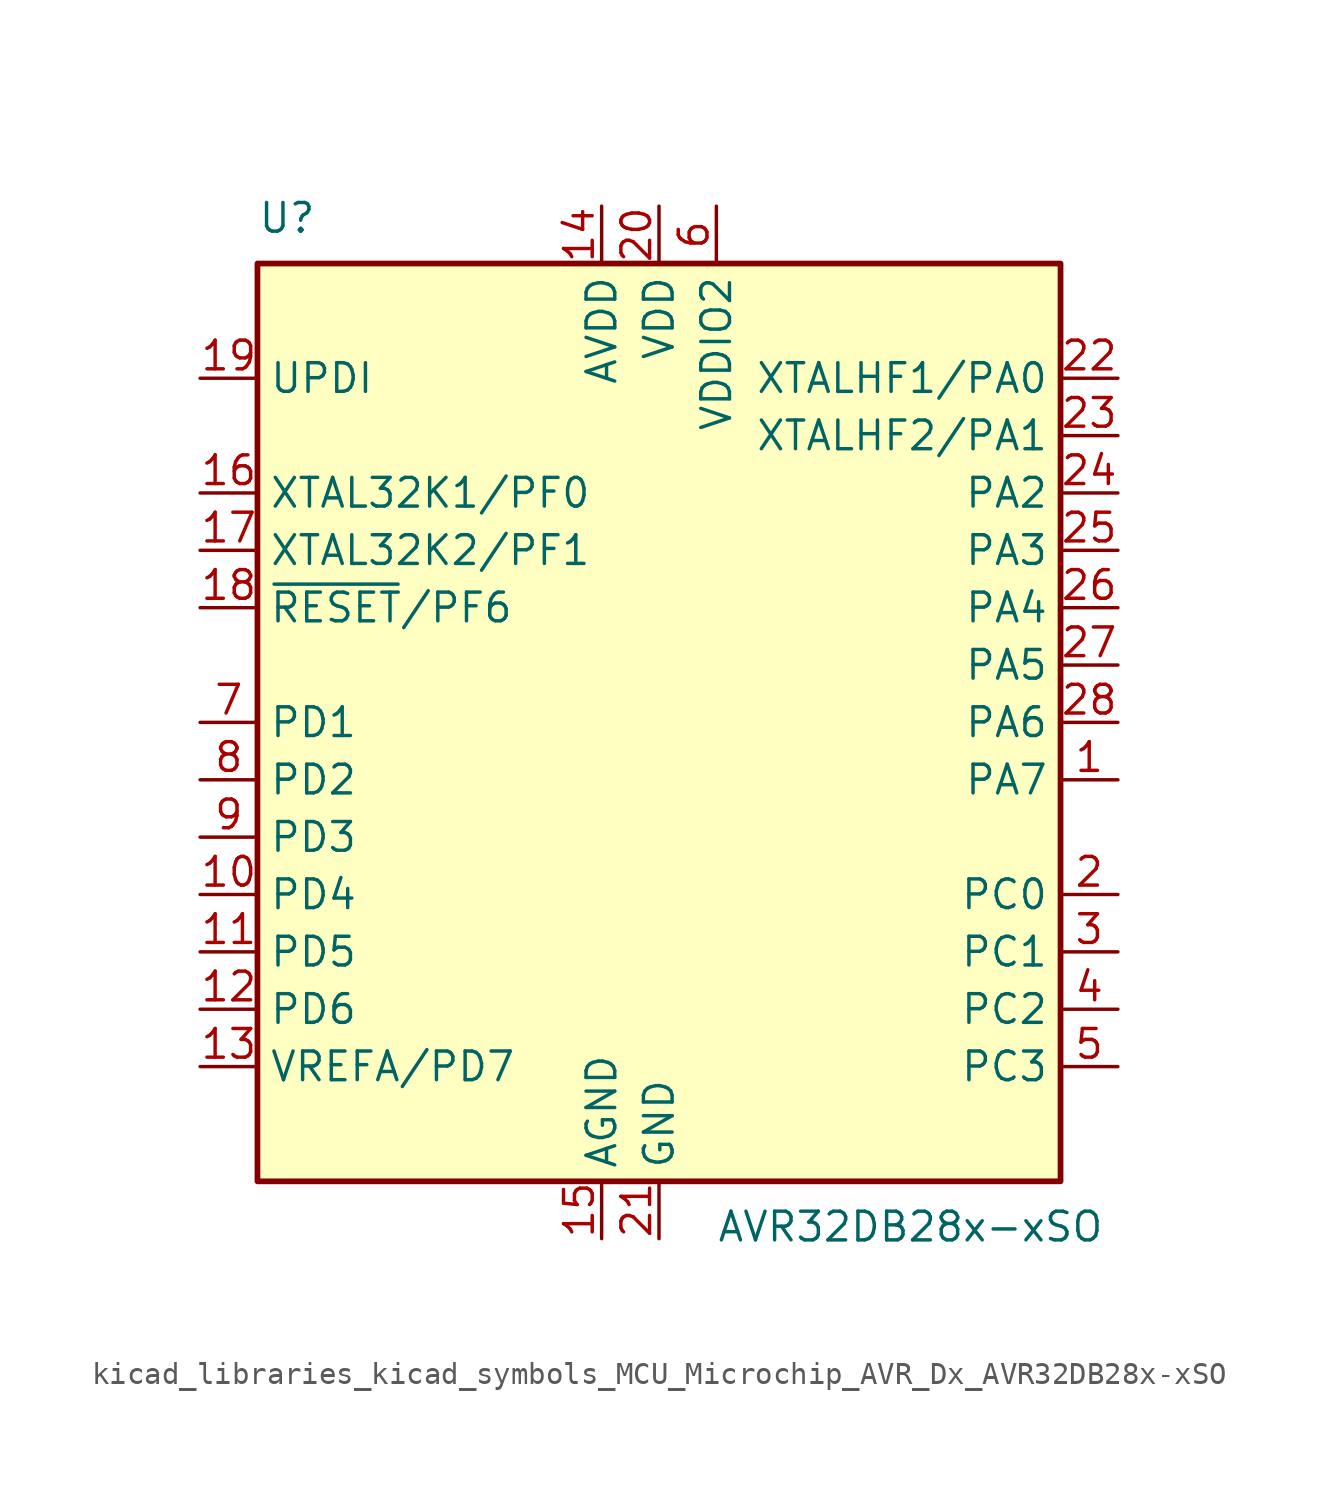
<source format=kicad_sym>
(kicad_symbol_lib
  (version 20220914)
  (generator kicad_symbol_editor)
  (symbol "kicad_libraries_kicad_symbols_MCU_Microchip_AVR_Dx_AVR32DB28x-xSO"
    (property "Reference" "U"
      (at -17.78 21.59 0)
      (effects (font (size 1.27 1.27)) (justify left bottom)))
    (property "Value" "AVR32DB28x-xSO"
      (at 2.54 -21.59 0)
      (effects (font (size 1.27 1.27)) (justify left top)))
    (symbol "kicad_libraries_kicad_symbols_MCU_Microchip_AVR_Dx_AVR32DB28x-xSO_0_1"
      (rectangle (start -17.78 20.32) (end 17.78 -20.32) (stroke (width 0.254) (type default)) (fill (type background))))
    (symbol "kicad_libraries_kicad_symbols_MCU_Microchip_AVR_Dx_AVR32DB28x-xSO_1_1"
      (pin bidirectional line (at 20.32 -2.54 180) (length 2.54) (name "PA7" (effects (font (size 1.27 1.27)))) (number "1" (effects (font (size 1.27 1.27)))))
      (pin bidirectional line (at -20.32 -7.62 0) (length 2.54) (name "PD4" (effects (font (size 1.27 1.27)))) (number "10" (effects (font (size 1.27 1.27)))))
      (pin bidirectional line (at -20.32 -10.16 0) (length 2.54) (name "PD5" (effects (font (size 1.27 1.27)))) (number "11" (effects (font (size 1.27 1.27)))))
      (pin bidirectional line (at -20.32 -12.7 0) (length 2.54) (name "PD6" (effects (font (size 1.27 1.27)))) (number "12" (effects (font (size 1.27 1.27)))))
      (pin bidirectional line (at -20.32 -15.24 0) (length 2.54) (name "VREFA/PD7" (effects (font (size 1.27 1.27)))) (number "13" (effects (font (size 1.27 1.27)))))
      (pin power_in line (at -2.54 22.86 270) (length 2.54) (name "AVDD" (effects (font (size 1.27 1.27)))) (number "14" (effects (font (size 1.27 1.27)))))
      (pin power_in line (at -2.54 -22.86 90) (length 2.54) (name "AGND" (effects (font (size 1.27 1.27)))) (number "15" (effects (font (size 1.27 1.27)))))
      (pin bidirectional line (at -20.32 10.16 0) (length 2.54) (name "XTAL32K1/PF0" (effects (font (size 1.27 1.27)))) (number "16" (effects (font (size 1.27 1.27)))))
      (pin bidirectional line (at -20.32 7.62 0) (length 2.54) (name "XTAL32K2/PF1" (effects (font (size 1.27 1.27)))) (number "17" (effects (font (size 1.27 1.27)))))
      (pin bidirectional line (at -20.32 5.08 0) (length 2.54) (name "~{RESET}/PF6" (effects (font (size 1.27 1.27)))) (number "18" (effects (font (size 1.27 1.27)))))
      (pin input line (at -20.32 15.24 0) (length 2.54) (name "UPDI" (effects (font (size 1.27 1.27)))) (number "19" (effects (font (size 1.27 1.27)))))
      (pin bidirectional line (at 20.32 -7.62 180) (length 2.54) (name "PC0" (effects (font (size 1.27 1.27)))) (number "2" (effects (font (size 1.27 1.27)))))
      (pin power_in line (at 0 22.86 270) (length 2.54) (name "VDD" (effects (font (size 1.27 1.27)))) (number "20" (effects (font (size 1.27 1.27)))))
      (pin power_in line (at 0 -22.86 90) (length 2.54) (name "GND" (effects (font (size 1.27 1.27)))) (number "21" (effects (font (size 1.27 1.27)))))
      (pin bidirectional line (at 20.32 15.24 180) (length 2.54) (name "XTALHF1/PA0" (effects (font (size 1.27 1.27)))) (number "22" (effects (font (size 1.27 1.27)))))
      (pin bidirectional line (at 20.32 12.7 180) (length 2.54) (name "XTALHF2/PA1" (effects (font (size 1.27 1.27)))) (number "23" (effects (font (size 1.27 1.27)))))
      (pin bidirectional line (at 20.32 10.16 180) (length 2.54) (name "PA2" (effects (font (size 1.27 1.27)))) (number "24" (effects (font (size 1.27 1.27)))))
      (pin bidirectional line (at 20.32 7.62 180) (length 2.54) (name "PA3" (effects (font (size 1.27 1.27)))) (number "25" (effects (font (size 1.27 1.27)))))
      (pin bidirectional line (at 20.32 5.08 180) (length 2.54) (name "PA4" (effects (font (size 1.27 1.27)))) (number "26" (effects (font (size 1.27 1.27)))))
      (pin bidirectional line (at 20.32 2.54 180) (length 2.54) (name "PA5" (effects (font (size 1.27 1.27)))) (number "27" (effects (font (size 1.27 1.27)))))
      (pin bidirectional line (at 20.32 0 180) (length 2.54) (name "PA6" (effects (font (size 1.27 1.27)))) (number "28" (effects (font (size 1.27 1.27)))))
      (pin bidirectional line (at 20.32 -10.16 180) (length 2.54) (name "PC1" (effects (font (size 1.27 1.27)))) (number "3" (effects (font (size 1.27 1.27)))))
      (pin bidirectional line (at 20.32 -12.7 180) (length 2.54) (name "PC2" (effects (font (size 1.27 1.27)))) (number "4" (effects (font (size 1.27 1.27)))))
      (pin bidirectional line (at 20.32 -15.24 180) (length 2.54) (name "PC3" (effects (font (size 1.27 1.27)))) (number "5" (effects (font (size 1.27 1.27)))))
      (pin power_in line (at 2.54 22.86 270) (length 2.54) (name "VDDIO2" (effects (font (size 1.27 1.27)))) (number "6" (effects (font (size 1.27 1.27)))))
      (pin bidirectional line (at -20.32 0 0) (length 2.54) (name "PD1" (effects (font (size 1.27 1.27)))) (number "7" (effects (font (size 1.27 1.27)))))
      (pin bidirectional line (at -20.32 -2.54 0) (length 2.54) (name "PD2" (effects (font (size 1.27 1.27)))) (number "8" (effects (font (size 1.27 1.27)))))
      (pin bidirectional line (at -20.32 -5.08 0) (length 2.54) (name "PD3" (effects (font (size 1.27 1.27)))) (number "9" (effects (font (size 1.27 1.27))))))))
</source>
